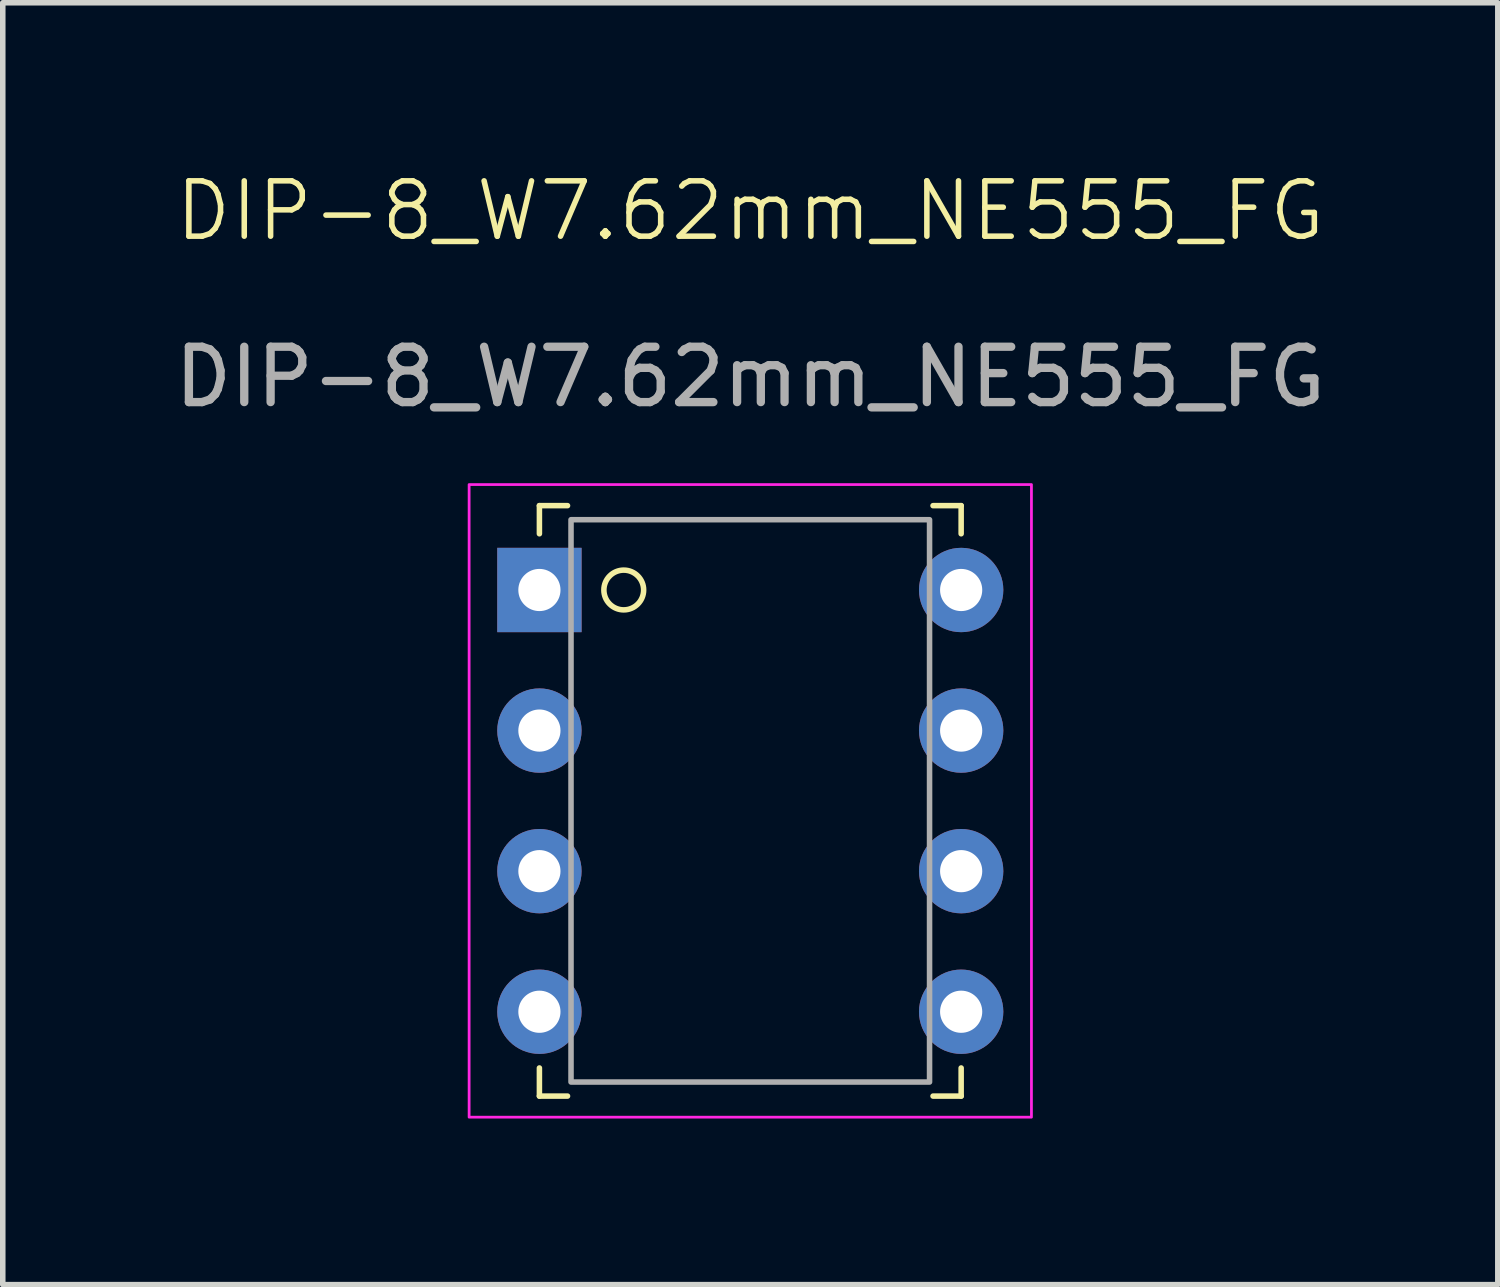
<source format=kicad_pcb>
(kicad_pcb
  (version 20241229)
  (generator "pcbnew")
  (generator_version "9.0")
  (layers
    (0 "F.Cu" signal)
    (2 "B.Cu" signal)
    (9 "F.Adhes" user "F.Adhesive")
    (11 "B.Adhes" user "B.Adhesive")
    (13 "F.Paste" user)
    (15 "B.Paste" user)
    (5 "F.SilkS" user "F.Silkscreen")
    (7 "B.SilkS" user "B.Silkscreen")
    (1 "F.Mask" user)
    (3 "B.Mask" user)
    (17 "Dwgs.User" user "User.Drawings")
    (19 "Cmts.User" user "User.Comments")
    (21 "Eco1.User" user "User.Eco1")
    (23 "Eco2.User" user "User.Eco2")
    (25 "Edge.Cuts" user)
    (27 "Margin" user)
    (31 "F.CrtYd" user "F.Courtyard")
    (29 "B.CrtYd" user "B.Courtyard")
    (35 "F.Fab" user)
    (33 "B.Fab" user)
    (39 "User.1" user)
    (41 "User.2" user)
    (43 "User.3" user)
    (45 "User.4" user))
  (footprint "DIP-8_W7.62mm_NE555_FG"
    (layer "F.Cu")
    (at 10.506 1.26)
    (property "Reference" "DIP-8_W7.62mm_NE555_FG" (at 0 -0.5 0) (unlocked yes) (layer "F.SilkS") (effects (font (size 1 1) (thickness 0.1))))
    (attr through_hole)
    (fp_line (start -3.81 4.826) (end -3.302 4.826) (stroke (width 0.1) (type default)) (layer "F.SilkS"))
    (fp_line (start -3.81 5.334) (end -3.81 4.826) (stroke (width 0.1) (type default)) (layer "F.SilkS"))
    (fp_line (start -3.81 14.986) (end -3.81 15.494) (stroke (width 0.1) (type default)) (layer "F.SilkS"))
    (fp_line (start -3.81 15.494) (end -3.302 15.494) (stroke (width 0.1) (type default)) (layer "F.SilkS"))
    (fp_line (start 3.81 4.826) (end 3.302 4.826) (stroke (width 0.1) (type default)) (layer "F.SilkS"))
    (fp_line (start 3.81 5.334) (end 3.81 4.826) (stroke (width 0.1) (type default)) (layer "F.SilkS"))
    (fp_line (start 3.81 14.986) (end 3.81 15.494) (stroke (width 0.1) (type default)) (layer "F.SilkS"))
    (fp_line (start 3.81 15.494) (end 3.302 15.494) (stroke (width 0.1) (type default)) (layer "F.SilkS"))
    (fp_circle (center -2.286 6.35) (end -2.54 6.096) (stroke (width 0.1) (type default)) (fill no) (layer "F.SilkS"))
    (fp_rect (start -5.08 4.445) (end 5.08 15.875) (stroke (width 0.05) (type default)) (fill no) (layer "F.CrtYd"))
    (fp_rect (start -3.239 5.08) (end 3.239 15.24) (stroke (width 0.1) (type default)) (fill no) (layer "F.Fab"))
    (fp_text user "${REFERENCE}" (at 0 2.5 0) (unlocked yes) (layer "F.Fab") (effects (font (size 1 1) (thickness 0.15))))
    (pad "1" thru_hole rect (at -3.81 6.35) (size 1.524 1.524) (drill 0.762) (layers "*.Cu" "*.Mask"))
    (pad "2" thru_hole circle (at -3.81 8.89) (size 1.524 1.524) (drill 0.762) (layers "*.Cu" "*.Mask"))
    (pad "3" thru_hole circle (at -3.81 11.43) (size 1.524 1.524) (drill 0.762) (layers "*.Cu" "*.Mask"))
    (pad "4" thru_hole circle (at -3.81 13.97) (size 1.524 1.524) (drill 0.762) (layers "*.Cu" "*.Mask"))
    (pad "5" thru_hole circle (at 3.81 13.97) (size 1.524 1.524) (drill 0.762) (layers "*.Cu" "*.Mask"))
    (pad "6" thru_hole circle (at 3.81 11.43) (size 1.524 1.524) (drill 0.762) (layers "*.Cu" "*.Mask"))
    (pad "7" thru_hole circle (at 3.81 8.89) (size 1.524 1.524) (drill 0.762) (layers "*.Cu" "*.Mask"))
    (pad "8" thru_hole circle (at 3.81 6.35) (size 1.524 1.524) (drill 0.762) (layers "*.Cu" "*.Mask")))
  (gr_rect
    (start -3 -3)
    (end 24.012 20.16)
    (stroke (width 0.1) (type default))
    (fill no)
    (layer "Edge.Cuts")))
</source>
